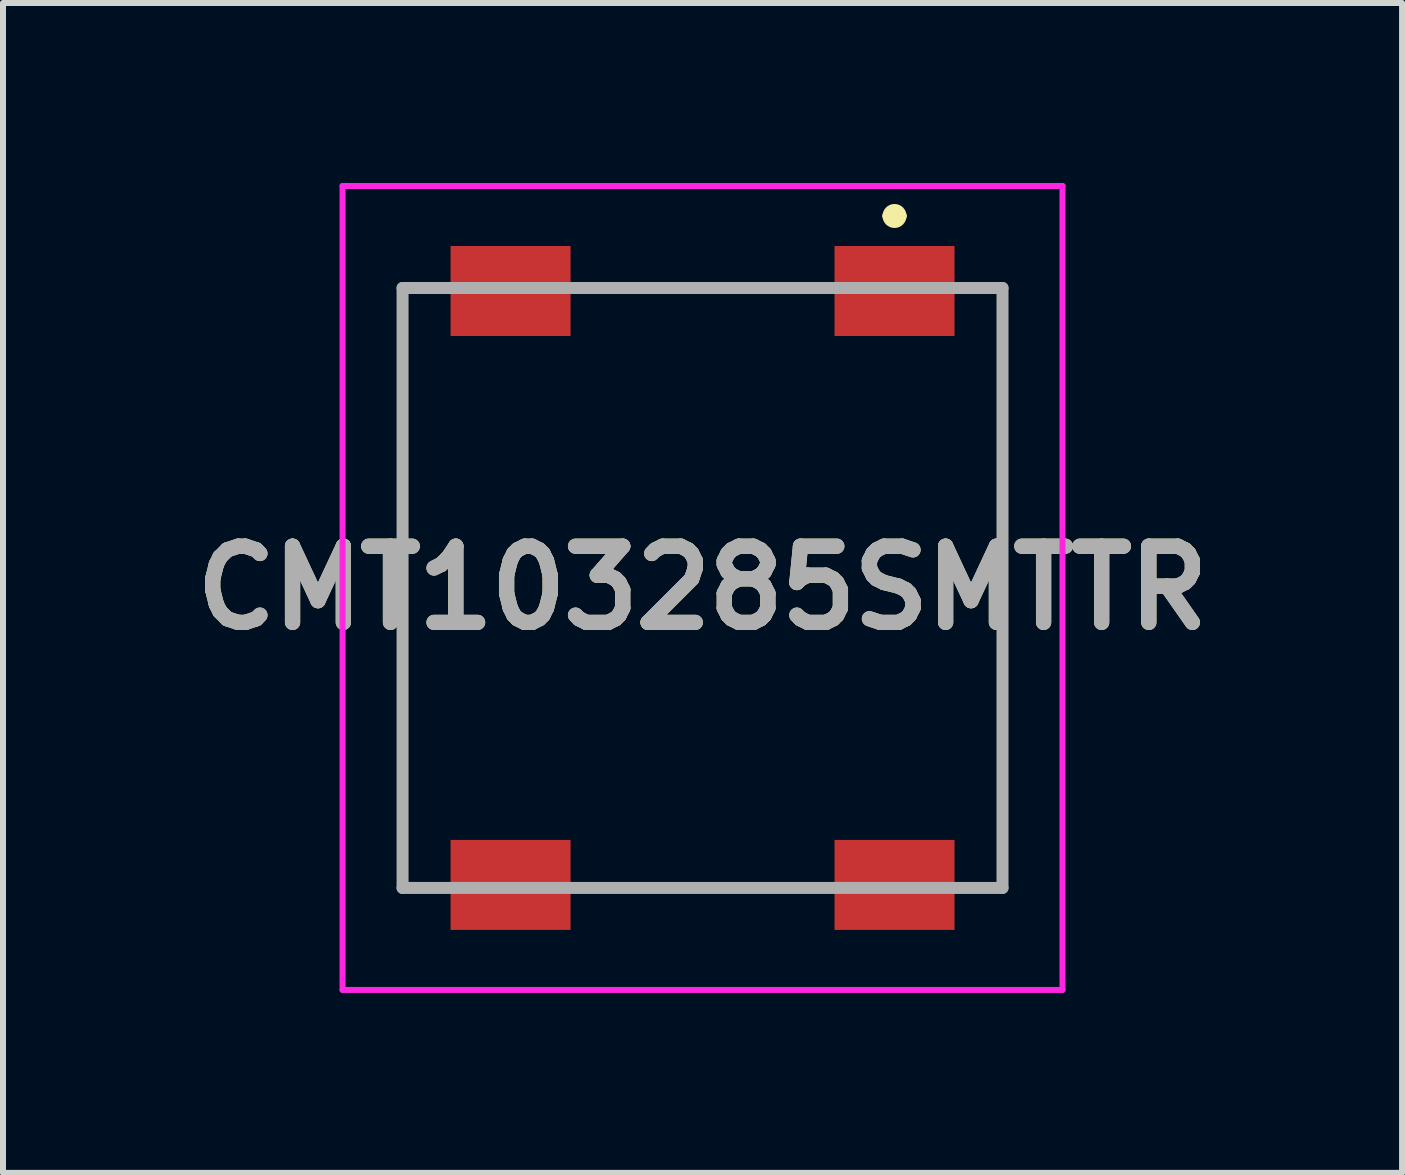
<source format=kicad_pcb>
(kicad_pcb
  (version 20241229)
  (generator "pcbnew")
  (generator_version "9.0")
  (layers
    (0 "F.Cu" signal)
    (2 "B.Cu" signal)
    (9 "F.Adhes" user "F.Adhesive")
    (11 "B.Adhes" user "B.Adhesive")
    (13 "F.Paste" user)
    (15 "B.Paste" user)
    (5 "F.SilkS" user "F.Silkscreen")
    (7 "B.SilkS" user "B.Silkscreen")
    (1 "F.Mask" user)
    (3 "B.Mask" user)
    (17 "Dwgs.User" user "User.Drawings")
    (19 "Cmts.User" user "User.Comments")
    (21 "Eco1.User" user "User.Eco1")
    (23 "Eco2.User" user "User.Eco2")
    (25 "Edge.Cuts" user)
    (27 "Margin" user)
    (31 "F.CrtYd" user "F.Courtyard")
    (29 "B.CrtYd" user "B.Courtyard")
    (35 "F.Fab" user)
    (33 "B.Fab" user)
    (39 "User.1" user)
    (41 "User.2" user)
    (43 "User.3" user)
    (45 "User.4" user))
  (footprint "CMT103285SMTTR"
    (layer "F.Cu")
    (at 8.66 6.75)
    (property "Reference" "CMT103285SMTTR" (at 0 0 0) (layer "F.SilkS") (effects (font (size 1.27 1.27) (thickness 0.254))))
    (attr smd)
    (fp_line (start -5 -5) (end -4.5 -5) (stroke (width 0.1) (type solid)) (layer "F.SilkS"))
    (fp_line (start -5 5) (end -5 -5) (stroke (width 0.1) (type solid)) (layer "F.SilkS"))
    (fp_line (start -4.5 5) (end -5 5) (stroke (width 0.1) (type solid)) (layer "F.SilkS"))
    (fp_line (start 2 -5) (end -2 -5) (stroke (width 0.1) (type solid)) (layer "F.SilkS"))
    (fp_line (start 2 5) (end -2 5) (stroke (width 0.1) (type solid)) (layer "F.SilkS"))
    (fp_line (start 3.1 -6.2) (end 3.1 -6.2) (stroke (width 0.2) (type solid)) (layer "F.SilkS"))
    (fp_line (start 3.3 -6.2) (end 3.3 -6.2) (stroke (width 0.2) (type solid)) (layer "F.SilkS"))
    (fp_line (start 4.5 -5) (end 5 -5) (stroke (width 0.1) (type solid)) (layer "F.SilkS"))
    (fp_line (start 5 -5) (end 5 5) (stroke (width 0.1) (type solid)) (layer "F.SilkS"))
    (fp_line (start 5 5) (end 4.5 5) (stroke (width 0.1) (type solid)) (layer "F.SilkS"))
    (fp_arc (start 3.1 -6.2) (mid 3.2 -6.3) (end 3.3 -6.2) (stroke (width 0.2) (type solid)) (layer "F.SilkS"))
    (fp_arc (start 3.3 -6.2) (mid 3.2 -6.1) (end 3.1 -6.2) (stroke (width 0.2) (type solid)) (layer "F.SilkS"))
    (fp_line (start -6 -6.7) (end -6 6.7) (stroke (width 0.1) (type solid)) (layer "F.CrtYd"))
    (fp_line (start -6 6.7) (end 6 6.7) (stroke (width 0.1) (type solid)) (layer "F.CrtYd"))
    (fp_line (start 6 -6.7) (end -6 -6.7) (stroke (width 0.1) (type solid)) (layer "F.CrtYd"))
    (fp_line (start 6 6.7) (end 6 -6.7) (stroke (width 0.1) (type solid)) (layer "F.CrtYd"))
    (fp_line (start -5 -5) (end -5 5) (stroke (width 0.2) (type solid)) (layer "F.Fab"))
    (fp_line (start -5 5) (end 5 5) (stroke (width 0.2) (type solid)) (layer "F.Fab"))
    (fp_line (start 5 -5) (end -5 -5) (stroke (width 0.2) (type solid)) (layer "F.Fab"))
    (fp_line (start 5 5) (end 5 -5) (stroke (width 0.2) (type solid)) (layer "F.Fab"))
    (fp_text user "${REFERENCE}" (at 0 0 0) (layer "F.Fab") (effects (font (size 1.27 1.27) (thickness 0.254))))
    (pad "1" smd rect (at 3.2 -4.95 90) (size 1.5 2) (layers "F.Cu" "F.Mask" "F.Paste"))
    (pad "2" smd rect (at 3.2 4.95 90) (size 1.5 2) (layers "F.Cu" "F.Mask" "F.Paste"))
    (pad "3" smd rect (at -3.2 4.95 90) (size 1.5 2) (layers "F.Cu" "F.Mask" "F.Paste"))
    (pad "4" smd rect (at -3.2 -4.95 90) (size 1.5 2) (layers "F.Cu" "F.Mask" "F.Paste")))
  (gr_rect
    (start -3 -3)
    (end 20.32 16.5)
    (stroke (width 0.1) (type default))
    (fill no)
    (layer "Edge.Cuts")))
</source>
